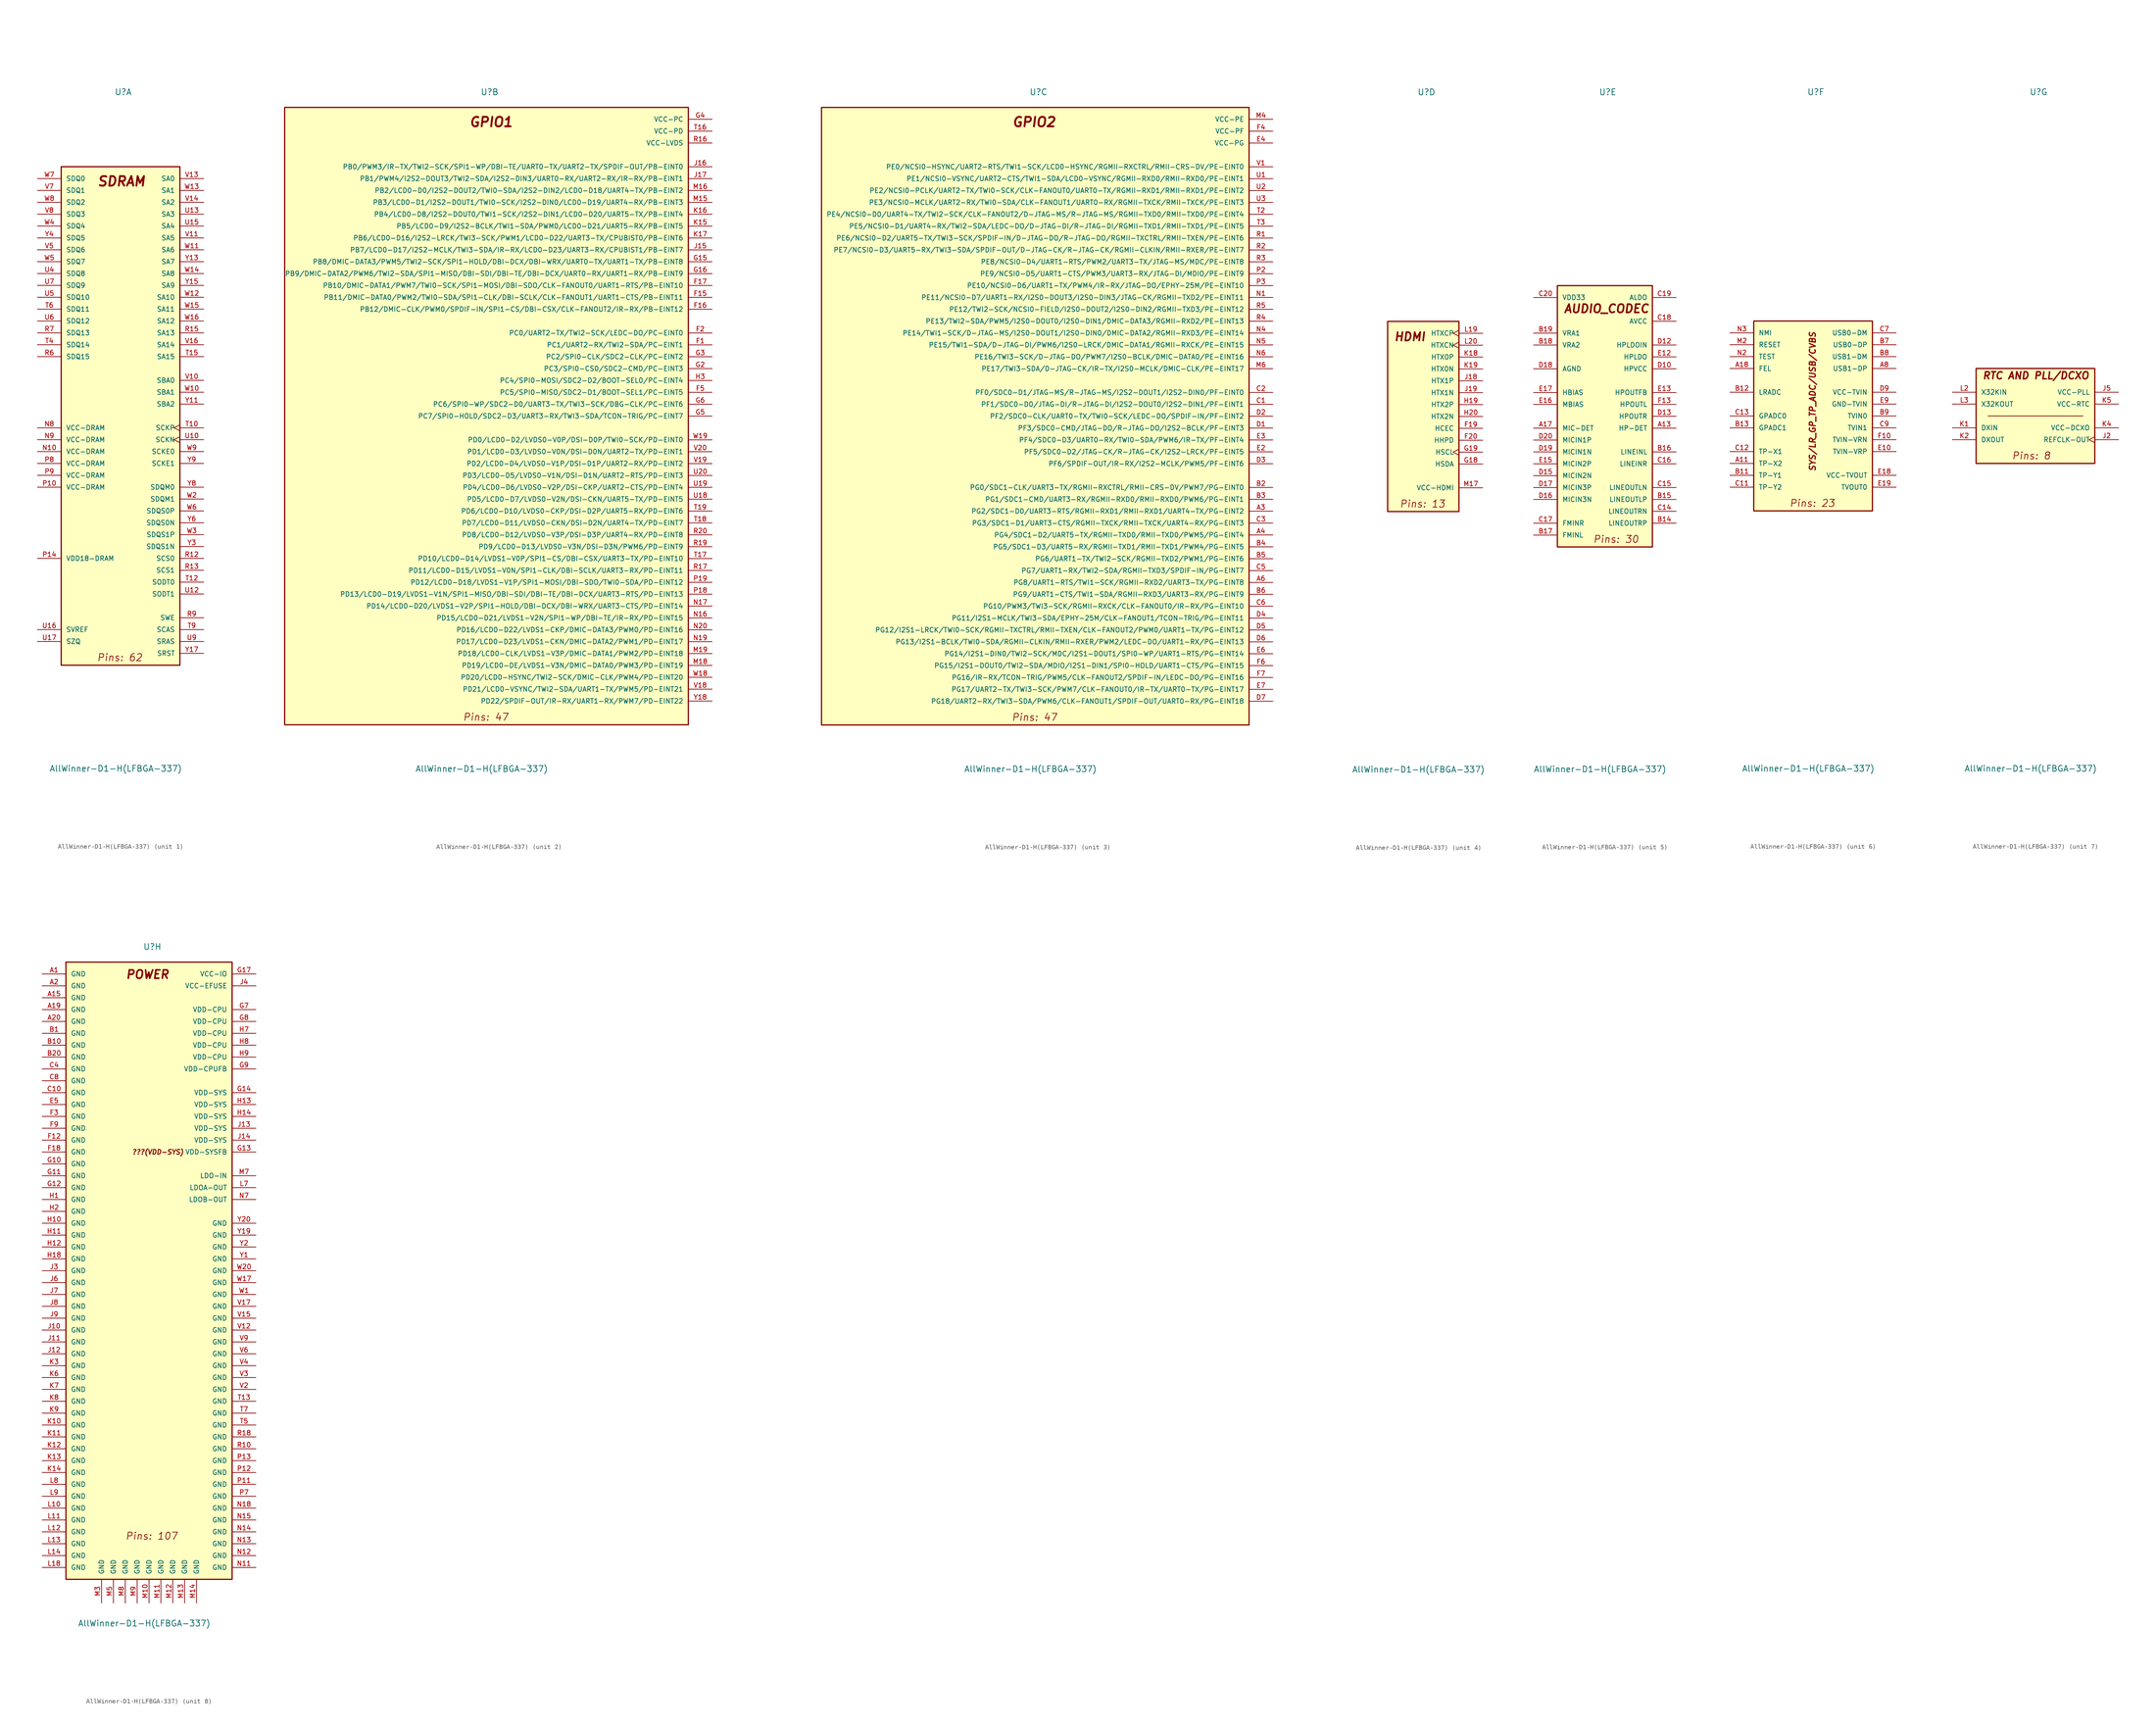
<source format=kicad_sym>
(kicad_symbol_lib
  (version 20220914)
  (generator kicad_symbol_editor)
  (symbol "AllWinner-D1-H(LFBGA-337)"
    (pin_names
      (offset 1.016))
    (property "Reference" "U"
      (at -1.27 68.58 0)
      (effects (font (size 1.27 1.27)) (justify left bottom)))
    (property "Value" "AllWinner-D1-H(LFBGA-337)"
      (at -15.24 -76.2 0)
      (effects (font (size 1.27 1.27)) (justify left bottom)))
    (property "ki_locked" ""
      (at 0 0 0)
      (effects (font (size 1.27 1.27))))
    (symbol "AllWinner-D1-H(LFBGA-337)_1_0"
      (rectangle (start -12.7 -53.34) (end 12.7 53.34) (stroke (width 0.254) (type solid)) (fill (type background)))
      (text "Pins: 62" (at -5.08 -52.578 0) (effects (font (size 1.524 1.524) italic) (justify left bottom)))
      (text "SDRAM" (at -5.08 49.022 0) (effects (font (size 2.032 2.032) bold italic) (justify left bottom)))
      (pin power_in line (at -17.78 -7.62 0) (length 5.08) (name "VCC-DRAM" (effects (font (size 1.016 1.016)))) (number "N10" (effects (font (size 1.016 1.016)))))
      (pin power_in line (at -17.78 -2.54 0) (length 5.08) (name "VCC-DRAM" (effects (font (size 1.016 1.016)))) (number "N8" (effects (font (size 1.016 1.016)))))
      (pin power_in line (at -17.78 -5.08 0) (length 5.08) (name "VCC-DRAM" (effects (font (size 1.016 1.016)))) (number "N9" (effects (font (size 1.016 1.016)))))
      (pin power_in line (at -17.78 -15.24 0) (length 5.08) (name "VCC-DRAM" (effects (font (size 1.016 1.016)))) (number "P10" (effects (font (size 1.016 1.016)))))
      (pin power_in line (at -17.78 -30.48 0) (length 5.08) (name "VDD18-DRAM" (effects (font (size 1.016 1.016)))) (number "P14" (effects (font (size 1.016 1.016)))))
      (pin power_in line (at -17.78 -10.16 0) (length 5.08) (name "VCC-DRAM" (effects (font (size 1.016 1.016)))) (number "P8" (effects (font (size 1.016 1.016)))))
      (pin power_in line (at -17.78 -12.7 0) (length 5.08) (name "VCC-DRAM" (effects (font (size 1.016 1.016)))) (number "P9" (effects (font (size 1.016 1.016)))))
      (pin output line (at 17.78 -30.48 180) (length 5.08) (name "SCS0" (effects (font (size 1.016 1.016)))) (number "R12" (effects (font (size 1.016 1.016)))))
      (pin output line (at 17.78 -33.02 180) (length 5.08) (name "SCS1" (effects (font (size 1.016 1.016)))) (number "R13" (effects (font (size 1.016 1.016)))))
      (pin output line (at 17.78 17.78 180) (length 5.08) (name "SA13" (effects (font (size 1.016 1.016)))) (number "R15" (effects (font (size 1.016 1.016)))))
      (pin bidirectional line (at -17.78 12.7 0) (length 5.08) (name "SDQ15" (effects (font (size 1.016 1.016)))) (number "R6" (effects (font (size 1.016 1.016)))))
      (pin bidirectional line (at -17.78 17.78 0) (length 5.08) (name "SDQ13" (effects (font (size 1.016 1.016)))) (number "R7" (effects (font (size 1.016 1.016)))))
      (pin output line (at 17.78 -43.18 180) (length 5.08) (name "SWE" (effects (font (size 1.016 1.016)))) (number "R9" (effects (font (size 1.016 1.016)))))
      (pin output clock (at 17.78 -2.54 180) (length 5.08) (name "SCKP" (effects (font (size 1.016 1.016)))) (number "T10" (effects (font (size 1.016 1.016)))))
      (pin output line (at 17.78 -35.56 180) (length 5.08) (name "SODT0" (effects (font (size 1.016 1.016)))) (number "T12" (effects (font (size 1.016 1.016)))))
      (pin output line (at 17.78 12.7 180) (length 5.08) (name "SA15" (effects (font (size 1.016 1.016)))) (number "T15" (effects (font (size 1.016 1.016)))))
      (pin bidirectional line (at -17.78 15.24 0) (length 5.08) (name "SDQ14" (effects (font (size 1.016 1.016)))) (number "T4" (effects (font (size 1.016 1.016)))))
      (pin bidirectional line (at -17.78 22.86 0) (length 5.08) (name "SDQ11" (effects (font (size 1.016 1.016)))) (number "T6" (effects (font (size 1.016 1.016)))))
      (pin output line (at 17.78 -45.72 180) (length 5.08) (name "SCAS" (effects (font (size 1.016 1.016)))) (number "T9" (effects (font (size 1.016 1.016)))))
      (pin output clock (at 17.78 -5.08 180) (length 5.08) (name "SCKN" (effects (font (size 1.016 1.016)))) (number "U10" (effects (font (size 1.016 1.016)))))
      (pin output line (at 17.78 -38.1 180) (length 5.08) (name "SODT1" (effects (font (size 1.016 1.016)))) (number "U12" (effects (font (size 1.016 1.016)))))
      (pin output line (at 17.78 43.18 180) (length 5.08) (name "SA3" (effects (font (size 1.016 1.016)))) (number "U13" (effects (font (size 1.016 1.016)))))
      (pin output line (at 17.78 40.64 180) (length 5.08) (name "SA4" (effects (font (size 1.016 1.016)))) (number "U15" (effects (font (size 1.016 1.016)))))
      (pin power_in line (at -17.78 -45.72 0) (length 5.08) (name "SVREF" (effects (font (size 1.016 1.016)))) (number "U16" (effects (font (size 1.016 1.016)))))
      (pin input line (at -17.78 -48.26 0) (length 5.08) (name "SZQ" (effects (font (size 1.016 1.016)))) (number "U17" (effects (font (size 1.016 1.016)))))
      (pin bidirectional line (at -17.78 30.48 0) (length 5.08) (name "SDQ8" (effects (font (size 1.016 1.016)))) (number "U4" (effects (font (size 1.016 1.016)))))
      (pin bidirectional line (at -17.78 25.4 0) (length 5.08) (name "SDQ10" (effects (font (size 1.016 1.016)))) (number "U5" (effects (font (size 1.016 1.016)))))
      (pin bidirectional line (at -17.78 20.32 0) (length 5.08) (name "SDQ12" (effects (font (size 1.016 1.016)))) (number "U6" (effects (font (size 1.016 1.016)))))
      (pin bidirectional line (at -17.78 27.94 0) (length 5.08) (name "SDQ9" (effects (font (size 1.016 1.016)))) (number "U7" (effects (font (size 1.016 1.016)))))
      (pin output line (at 17.78 -48.26 180) (length 5.08) (name "SRAS" (effects (font (size 1.016 1.016)))) (number "U9" (effects (font (size 1.016 1.016)))))
      (pin output line (at 17.78 7.62 180) (length 5.08) (name "SBA0" (effects (font (size 1.016 1.016)))) (number "V10" (effects (font (size 1.016 1.016)))))
      (pin output line (at 17.78 38.1 180) (length 5.08) (name "SA5" (effects (font (size 1.016 1.016)))) (number "V11" (effects (font (size 1.016 1.016)))))
      (pin output line (at 17.78 50.8 180) (length 5.08) (name "SA0" (effects (font (size 1.016 1.016)))) (number "V13" (effects (font (size 1.016 1.016)))))
      (pin output line (at 17.78 45.72 180) (length 5.08) (name "SA2" (effects (font (size 1.016 1.016)))) (number "V14" (effects (font (size 1.016 1.016)))))
      (pin output line (at 17.78 15.24 180) (length 5.08) (name "SA14" (effects (font (size 1.016 1.016)))) (number "V16" (effects (font (size 1.016 1.016)))))
      (pin bidirectional line (at -17.78 35.56 0) (length 5.08) (name "SDQ6" (effects (font (size 1.016 1.016)))) (number "V5" (effects (font (size 1.016 1.016)))))
      (pin bidirectional line (at -17.78 48.26 0) (length 5.08) (name "SDQ1" (effects (font (size 1.016 1.016)))) (number "V7" (effects (font (size 1.016 1.016)))))
      (pin bidirectional line (at -17.78 43.18 0) (length 5.08) (name "SDQ3" (effects (font (size 1.016 1.016)))) (number "V8" (effects (font (size 1.016 1.016)))))
      (pin output line (at 17.78 5.08 180) (length 5.08) (name "SBA1" (effects (font (size 1.016 1.016)))) (number "W10" (effects (font (size 1.016 1.016)))))
      (pin output line (at 17.78 35.56 180) (length 5.08) (name "SA6" (effects (font (size 1.016 1.016)))) (number "W11" (effects (font (size 1.016 1.016)))))
      (pin output line (at 17.78 25.4 180) (length 5.08) (name "SA10" (effects (font (size 1.016 1.016)))) (number "W12" (effects (font (size 1.016 1.016)))))
      (pin output line (at 17.78 48.26 180) (length 5.08) (name "SA1" (effects (font (size 1.016 1.016)))) (number "W13" (effects (font (size 1.016 1.016)))))
      (pin output line (at 17.78 30.48 180) (length 5.08) (name "SA8" (effects (font (size 1.016 1.016)))) (number "W14" (effects (font (size 1.016 1.016)))))
      (pin output line (at 17.78 22.86 180) (length 5.08) (name "SA11" (effects (font (size 1.016 1.016)))) (number "W15" (effects (font (size 1.016 1.016)))))
      (pin output line (at 17.78 20.32 180) (length 5.08) (name "SA12" (effects (font (size 1.016 1.016)))) (number "W16" (effects (font (size 1.016 1.016)))))
      (pin output line (at 17.78 -17.78 180) (length 5.08) (name "SDQM1" (effects (font (size 1.016 1.016)))) (number "W2" (effects (font (size 1.016 1.016)))))
      (pin bidirectional line (at 17.78 -25.4 180) (length 5.08) (name "SDQS1P" (effects (font (size 1.016 1.016)))) (number "W3" (effects (font (size 1.016 1.016)))))
      (pin bidirectional line (at -17.78 40.64 0) (length 5.08) (name "SDQ4" (effects (font (size 1.016 1.016)))) (number "W4" (effects (font (size 1.016 1.016)))))
      (pin bidirectional line (at -17.78 33.02 0) (length 5.08) (name "SDQ7" (effects (font (size 1.016 1.016)))) (number "W5" (effects (font (size 1.016 1.016)))))
      (pin bidirectional line (at 17.78 -20.32 180) (length 5.08) (name "SDQS0P" (effects (font (size 1.016 1.016)))) (number "W6" (effects (font (size 1.016 1.016)))))
      (pin bidirectional line (at -17.78 50.8 0) (length 5.08) (name "SDQ0" (effects (font (size 1.016 1.016)))) (number "W7" (effects (font (size 1.016 1.016)))))
      (pin bidirectional line (at -17.78 45.72 0) (length 5.08) (name "SDQ2" (effects (font (size 1.016 1.016)))) (number "W8" (effects (font (size 1.016 1.016)))))
      (pin output line (at 17.78 -7.62 180) (length 5.08) (name "SCKE0" (effects (font (size 1.016 1.016)))) (number "W9" (effects (font (size 1.016 1.016)))))
      (pin output line (at 17.78 2.54 180) (length 5.08) (name "SBA2" (effects (font (size 1.016 1.016)))) (number "Y11" (effects (font (size 1.016 1.016)))))
      (pin output line (at 17.78 33.02 180) (length 5.08) (name "SA7" (effects (font (size 1.016 1.016)))) (number "Y13" (effects (font (size 1.016 1.016)))))
      (pin output line (at 17.78 27.94 180) (length 5.08) (name "SA9" (effects (font (size 1.016 1.016)))) (number "Y15" (effects (font (size 1.016 1.016)))))
      (pin output line (at 17.78 -50.8 180) (length 5.08) (name "SRST" (effects (font (size 1.016 1.016)))) (number "Y17" (effects (font (size 1.016 1.016)))))
      (pin bidirectional line (at 17.78 -27.94 180) (length 5.08) (name "SDQS1N" (effects (font (size 1.016 1.016)))) (number "Y3" (effects (font (size 1.016 1.016)))))
      (pin bidirectional line (at -17.78 38.1 0) (length 5.08) (name "SDQ5" (effects (font (size 1.016 1.016)))) (number "Y4" (effects (font (size 1.016 1.016)))))
      (pin bidirectional line (at 17.78 -22.86 180) (length 5.08) (name "SDQS0N" (effects (font (size 1.016 1.016)))) (number "Y6" (effects (font (size 1.016 1.016)))))
      (pin output line (at 17.78 -15.24 180) (length 5.08) (name "SDQM0" (effects (font (size 1.016 1.016)))) (number "Y8" (effects (font (size 1.016 1.016)))))
      (pin output line (at 17.78 -10.16 180) (length 5.08) (name "SCKE1" (effects (font (size 1.016 1.016)))) (number "Y9" (effects (font (size 1.016 1.016))))))
    (symbol "AllWinner-D1-H(LFBGA-337)_2_0"
      (rectangle (start -43.18 -66.04) (end 43.18 66.04) (stroke (width 0.254) (type solid)) (fill (type background)))
      (text "GPIO1" (at -3.81 61.722 0) (effects (font (size 2.032 2.032) bold italic) (justify left bottom)))
      (pin bidirectional line (at 48.26 15.24 180) (length 5.08) (name "PC1/UART2-RX/TWI2-SDA/PC-EINT1" (effects (font (size 1.016 1.016)))) (number "F1" (effects (font (size 1.016 1.016)))))
      (pin bidirectional line (at 48.26 25.4 180) (length 5.08) (name "PB11/DMIC-DATA0/PWM2/TWI0-SDA/SPI1-CLK/DBI-SCLK/CLK-FANOUT1/UART1-CTS/PB-EINT11" (effects (font (size 1.016 1.016)))) (number "F15" (effects (font (size 1.016 1.016)))))
      (pin bidirectional line (at 48.26 22.86 180) (length 5.08) (name "PB12/DMIC-CLK/PWM0/SPDIF-IN/SPI1-CS/DBI-CSX/CLK-FANOUT2/IR-RX/PB-EINT12" (effects (font (size 1.016 1.016)))) (number "F16" (effects (font (size 1.016 1.016)))))
      (pin bidirectional line (at 48.26 27.94 180) (length 5.08) (name "PB10/DMIC-DATA1/PWM7/TWI0-SCK/SPI1-MOSI/DBI-SDO/CLK-FANOUT0/UART1-RTS/PB-EINT10" (effects (font (size 1.016 1.016)))) (number "F17" (effects (font (size 1.016 1.016)))))
      (pin bidirectional line (at 48.26 17.78 180) (length 5.08) (name "PC0/UART2-TX/TWI2-SCK/LEDC-DO/PC-EINT0" (effects (font (size 1.016 1.016)))) (number "F2" (effects (font (size 1.016 1.016)))))
      (pin bidirectional line (at 48.26 5.08 180) (length 5.08) (name "PC5/SPI0-MISO/SDC2-D1/BOOT-SEL1/PC-EINT5" (effects (font (size 1.016 1.016)))) (number "F5" (effects (font (size 1.016 1.016)))))
      (pin bidirectional line (at 48.26 33.02 180) (length 5.08) (name "PB8/DMIC-DATA3/PWM5/TWI2-SCK/SPI1-HOLD/DBI-DCX/DBI-WRX/UART0-TX/UART1-TX/PB-EINT8" (effects (font (size 1.016 1.016)))) (number "G15" (effects (font (size 1.016 1.016)))))
      (pin bidirectional line (at 48.26 30.48 180) (length 5.08) (name "PB9/DMIC-DATA2/PWM6/TWI2-SDA/SPI1-MISO/DBI-SDI/DBI-TE/DBI-DCX/UART0-RX/UART1-RX/PB-EINT9" (effects (font (size 1.016 1.016)))) (number "G16" (effects (font (size 1.016 1.016)))))
      (pin bidirectional line (at 48.26 10.16 180) (length 5.08) (name "PC3/SPI0-CS0/SDC2-CMD/PC-EINT3" (effects (font (size 1.016 1.016)))) (number "G2" (effects (font (size 1.016 1.016)))))
      (pin bidirectional line (at 48.26 12.7 180) (length 5.08) (name "PC2/SPI0-CLK/SDC2-CLK/PC-EINT2" (effects (font (size 1.016 1.016)))) (number "G3" (effects (font (size 1.016 1.016)))))
      (pin power_in line (at 48.26 63.5 180) (length 5.08) (name "VCC-PC" (effects (font (size 1.016 1.016)))) (number "G4" (effects (font (size 1.016 1.016)))))
      (pin bidirectional line (at 48.26 0 180) (length 5.08) (name "PC7/SPI0-HOLD/SDC2-D3/UART3-RX/TWI3-SDA/TCON-TRIG/PC-EINT7" (effects (font (size 1.016 1.016)))) (number "G5" (effects (font (size 1.016 1.016)))))
      (pin bidirectional line (at 48.26 2.54 180) (length 5.08) (name "PC6/SPI0-WP/SDC2-D0/UART3-TX/TWI3-SCK/DBG-CLK/PC-EINT6" (effects (font (size 1.016 1.016)))) (number "G6" (effects (font (size 1.016 1.016)))))
      (pin bidirectional line (at 48.26 7.62 180) (length 5.08) (name "PC4/SPI0-MOSI/SDC2-D2/BOOT-SEL0/PC-EINT4" (effects (font (size 1.016 1.016)))) (number "H3" (effects (font (size 1.016 1.016)))))
      (pin bidirectional line (at 48.26 35.56 180) (length 5.08) (name "PB7/LCD0-D17/I2S2-MCLK/TWI3-SDA/IR-RX/LCD0-D23/UART3-RX/CPUBIST1/PB-EINT7" (effects (font (size 1.016 1.016)))) (number "J15" (effects (font (size 1.016 1.016)))))
      (pin bidirectional line (at 48.26 53.34 180) (length 5.08) (name "PB0/PWM3/IR-TX/TWI2-SCK/SPI1-WP/DBI-TE/UART0-TX/UART2-TX/SPDIF-OUT/PB-EINT0" (effects (font (size 1.016 1.016)))) (number "J16" (effects (font (size 1.016 1.016)))))
      (pin bidirectional line (at 48.26 50.8 180) (length 5.08) (name "PB1/PWM4/I2S2-DOUT3/TWI2-SDA/I2S2-DIN3/UART0-RX/UART2-RX/IR-RX/PB-EINT1" (effects (font (size 1.016 1.016)))) (number "J17" (effects (font (size 1.016 1.016)))))
      (pin bidirectional line (at 48.26 40.64 180) (length 5.08) (name "PB5/LCD0-D9/I2S2-BCLK/TWI1-SDA/PWM0/LCD0-D21/UART5-RX/PB-EINT5" (effects (font (size 1.016 1.016)))) (number "K15" (effects (font (size 1.016 1.016)))))
      (pin bidirectional line (at 48.26 43.18 180) (length 5.08) (name "PB4/LCD0-D8/I2S2-DOUT0/TWI1-SCK/I2S2-DIN1/LCD0-D20/UART5-TX/PB-EINT4" (effects (font (size 1.016 1.016)))) (number "K16" (effects (font (size 1.016 1.016)))))
      (pin bidirectional line (at 48.26 38.1 180) (length 5.08) (name "PB6/LCD0-D16/I2S2-LRCK/TWI3-SCK/PWM1/LCD0-D22/UART3-TX/CPUBIST0/PB-EINT6" (effects (font (size 1.016 1.016)))) (number "K17" (effects (font (size 1.016 1.016)))))
      (pin bidirectional line (at 48.26 45.72 180) (length 5.08) (name "PB3/LCD0-D1/I2S2-DOUT1/TWI0-SCK/I2S2-DIN0/LCD0-D19/UART4-RX/PB-EINT3" (effects (font (size 1.016 1.016)))) (number "M15" (effects (font (size 1.016 1.016)))))
      (pin bidirectional line (at 48.26 48.26 180) (length 5.08) (name "PB2/LCD0-D0/I2S2-DOUT2/TWI0-SDA/I2S2-DIN2/LCD0-D18/UART4-TX/PB-EINT2" (effects (font (size 1.016 1.016)))) (number "M16" (effects (font (size 1.016 1.016)))))
      (pin bidirectional line (at 48.26 -53.34 180) (length 5.08) (name "PD19/LCD0-DE/LVDS1-V3N/DMIC-DATA0/PWM3/PD-EINT19" (effects (font (size 1.016 1.016)))) (number "M18" (effects (font (size 1.016 1.016)))))
      (pin bidirectional line (at 48.26 -50.8 180) (length 5.08) (name "PD18/LCD0-CLK/LVDS1-V3P/DMIC-DATA1/PWM2/PD-EINT18" (effects (font (size 1.016 1.016)))) (number "M19" (effects (font (size 1.016 1.016)))))
      (pin bidirectional line (at 48.26 -43.18 180) (length 5.08) (name "PD15/LCD0-D21/LVDS1-V2N/SPI1-WP/DBI-TE/IR-RX/PD-EINT15" (effects (font (size 1.016 1.016)))) (number "N16" (effects (font (size 1.016 1.016)))))
      (pin bidirectional line (at 48.26 -40.64 180) (length 5.08) (name "PD14/LCD0-D20/LVDS1-V2P/SPI1-HOLD/DBI-DCX/DBI-WRX/UART3-CTS/PD-EINT14" (effects (font (size 1.016 1.016)))) (number "N17" (effects (font (size 1.016 1.016)))))
      (pin bidirectional line (at 48.26 -48.26 180) (length 5.08) (name "PD17/LCD0-D23/LVDS1-CKN/DMIC-DATA2/PWM1/PD-EINT17" (effects (font (size 1.016 1.016)))) (number "N19" (effects (font (size 1.016 1.016)))))
      (pin bidirectional line (at 48.26 -45.72 180) (length 5.08) (name "PD16/LCD0-D22/LVDS1-CKP/DMIC-DATA3/PWM0/PD-EINT16" (effects (font (size 1.016 1.016)))) (number "N20" (effects (font (size 1.016 1.016)))))
      (pin bidirectional line (at 48.26 -38.1 180) (length 5.08) (name "PD13/LCD0-D19/LVDS1-V1N/SPI1-MISO/DBI-SDI/DBI-TE/DBI-DCX/UART3-RTS/PD-EINT13" (effects (font (size 1.016 1.016)))) (number "P18" (effects (font (size 1.016 1.016)))))
      (pin bidirectional line (at 48.26 -35.56 180) (length 5.08) (name "PD12/LCD0-D18/LVDS1-V1P/SPI1-MOSI/DBI-SDO/TWI0-SDA/PD-EINT12" (effects (font (size 1.016 1.016)))) (number "P19" (effects (font (size 1.016 1.016)))))
      (pin power_in line (at 48.26 58.42 180) (length 5.08) (name "VCC-LVDS" (effects (font (size 1.016 1.016)))) (number "R16" (effects (font (size 1.016 1.016)))))
      (pin bidirectional line (at 48.26 -33.02 180) (length 5.08) (name "PD11/LCD0-D15/LVDS1-V0N/SPI1-CLK/DBI-SCLK/UART3-RX/PD-EINT11" (effects (font (size 1.016 1.016)))) (number "R17" (effects (font (size 1.016 1.016)))))
      (pin bidirectional line (at 48.26 -27.94 180) (length 5.08) (name "PD9/LCD0-D13/LVDS0-V3N/DSI-D3N/PWM6/PD-EINT9" (effects (font (size 1.016 1.016)))) (number "R19" (effects (font (size 1.016 1.016)))))
      (pin bidirectional line (at 48.26 -25.4 180) (length 5.08) (name "PD8/LCD0-D12/LVDS0-V3P/DSI-D3P/UART4-RX/PD-EINT8" (effects (font (size 1.016 1.016)))) (number "R20" (effects (font (size 1.016 1.016)))))
      (pin power_in line (at 48.26 60.96 180) (length 5.08) (name "VCC-PD" (effects (font (size 1.016 1.016)))) (number "T16" (effects (font (size 1.016 1.016)))))
      (pin bidirectional line (at 48.26 -30.48 180) (length 5.08) (name "PD10/LCD0-D14/LVDS1-V0P/SPI1-CS/DBI-CSX/UART3-TX/PD-EINT10" (effects (font (size 1.016 1.016)))) (number "T17" (effects (font (size 1.016 1.016)))))
      (pin bidirectional line (at 48.26 -22.86 180) (length 5.08) (name "PD7/LCD0-D11/LVDS0-CKN/DSI-D2N/UART4-TX/PD-EINT7" (effects (font (size 1.016 1.016)))) (number "T18" (effects (font (size 1.016 1.016)))))
      (pin bidirectional line (at 48.26 -20.32 180) (length 5.08) (name "PD6/LCD0-D10/LVDS0-CKP/DSI-D2P/UART5-RX/PD-EINT6" (effects (font (size 1.016 1.016)))) (number "T19" (effects (font (size 1.016 1.016)))))
      (pin bidirectional line (at 48.26 -17.78 180) (length 5.08) (name "PD5/LCD0-D7/LVDS0-V2N/DSI-CKN/UART5-TX/PD-EINT5" (effects (font (size 1.016 1.016)))) (number "U18" (effects (font (size 1.016 1.016)))))
      (pin bidirectional line (at 48.26 -15.24 180) (length 5.08) (name "PD4/LCD0-D6/LVDS0-V2P/DSI-CKP/UART2-CTS/PD-EINT4" (effects (font (size 1.016 1.016)))) (number "U19" (effects (font (size 1.016 1.016)))))
      (pin bidirectional line (at 48.26 -12.7 180) (length 5.08) (name "PD3/LCD0-D5/LVDS0-V1N/DSI-D1N/UART2-RTS/PD-EINT3" (effects (font (size 1.016 1.016)))) (number "U20" (effects (font (size 1.016 1.016)))))
      (pin bidirectional line (at 48.26 -58.42 180) (length 5.08) (name "PD21/LCD0-VSYNC/TWI2-SDA/UART1-TX/PWM5/PD-EINT21" (effects (font (size 1.016 1.016)))) (number "V18" (effects (font (size 1.016 1.016)))))
      (pin bidirectional line (at 48.26 -10.16 180) (length 5.08) (name "PD2/LCD0-D4/LVDS0-V1P/DSI-D1P/UART2-RX/PD-EINT2" (effects (font (size 1.016 1.016)))) (number "V19" (effects (font (size 1.016 1.016)))))
      (pin bidirectional line (at 48.26 -7.62 180) (length 5.08) (name "PD1/LCD0-D3/LVDS0-V0N/DSI-D0N/UART2-TX/PD-EINT1" (effects (font (size 1.016 1.016)))) (number "V20" (effects (font (size 1.016 1.016)))))
      (pin bidirectional line (at 48.26 -55.88 180) (length 5.08) (name "PD20/LCD0-HSYNC/TWI2-SCK/DMIC-CLK/PWM4/PD-EINT20" (effects (font (size 1.016 1.016)))) (number "W18" (effects (font (size 1.016 1.016)))))
      (pin bidirectional line (at 48.26 -5.08 180) (length 5.08) (name "PD0/LCD0-D2/LVDS0-V0P/DSI-D0P/TWI0-SCK/PD-EINT0" (effects (font (size 1.016 1.016)))) (number "W19" (effects (font (size 1.016 1.016)))))
      (pin bidirectional line (at 48.26 -60.96 180) (length 5.08) (name "PD22/SPDIF-OUT/IR-RX/UART1-RX/PWM7/PD-EINT22" (effects (font (size 1.016 1.016)))) (number "Y18" (effects (font (size 1.016 1.016))))))
    (symbol "AllWinner-D1-H(LFBGA-337)_2_1"
      (text "Pins: 47" (at -5.08 -65.278 0) (effects (font (size 1.524 1.524) italic) (justify left bottom))))
    (symbol "AllWinner-D1-H(LFBGA-337)_3_1"
      (rectangle (start -45.72 -66.04) (end 45.72 66.04) (stroke (width 0.254) (type solid)) (fill (type background)))
      (text "GPIO2" (at -5.08 61.722 0) (effects (font (size 2.032 2.032) bold italic) (justify left bottom)))
      (text "Pins: 47" (at -5.08 -65.278 0) (effects (font (size 1.524 1.524) italic) (justify left bottom)))
      (pin bidirectional line (at 50.8 -20.32 180) (length 5.08) (name "PG2/SDC1-D0/UART3-RTS/RGMII-RXD1/RMII-RXD1/UART4-TX/PG-EINT2" (effects (font (size 1.016 1.016)))) (number "A3" (effects (font (size 1.016 1.016)))))
      (pin bidirectional line (at 50.8 -25.4 180) (length 5.08) (name "PG4/SDC1-D2/UART5-TX/RGMII-TXD0/RMII-TXD0/PWM5/PG-EINT4" (effects (font (size 1.016 1.016)))) (number "A4" (effects (font (size 1.016 1.016)))))
      (pin bidirectional line (at 50.8 -35.56 180) (length 5.08) (name "PG8/UART1-RTS/TWI1-SCK/RGMII-RXD2/UART3-TX/PG-EINT8" (effects (font (size 1.016 1.016)))) (number "A6" (effects (font (size 1.016 1.016)))))
      (pin bidirectional line (at 50.8 -15.24 180) (length 5.08) (name "PG0/SDC1-CLK/UART3-TX/RGMII-RXCTRL/RMII-CRS-DV/PWM7/PG-EINT0" (effects (font (size 1.016 1.016)))) (number "B2" (effects (font (size 1.016 1.016)))))
      (pin bidirectional line (at 50.8 -17.78 180) (length 5.08) (name "PG1/SDC1-CMD/UART3-RX/RGMII-RXD0/RMII-RXD0/PWM6/PG-EINT1" (effects (font (size 1.016 1.016)))) (number "B3" (effects (font (size 1.016 1.016)))))
      (pin bidirectional line (at 50.8 -27.94 180) (length 5.08) (name "PG5/SDC1-D3/UART5-RX/RGMII-TXD1/RMII-TXD1/PWM4/PG-EINT5" (effects (font (size 1.016 1.016)))) (number "B4" (effects (font (size 1.016 1.016)))))
      (pin bidirectional line (at 50.8 -30.48 180) (length 5.08) (name "PG6/UART1-TX/TWI2-SCK/RGMII-TXD2/PWM1/PG-EINT6" (effects (font (size 1.016 1.016)))) (number "B5" (effects (font (size 1.016 1.016)))))
      (pin bidirectional line (at 50.8 -38.1 180) (length 5.08) (name "PG9/UART1-CTS/TWI1-SDA/RGMII-RXD3/UART3-RX/PG-EINT9" (effects (font (size 1.016 1.016)))) (number "B6" (effects (font (size 1.016 1.016)))))
      (pin bidirectional line (at 50.8 2.54 180) (length 5.08) (name "PF1/SDC0-D0/JTAG-DI/R-JTAG-DI/I2S2-DOUT0/I2S2-DIN1/PF-EINT1" (effects (font (size 1.016 1.016)))) (number "C1" (effects (font (size 1.016 1.016)))))
      (pin bidirectional line (at 50.8 5.08 180) (length 5.08) (name "PF0/SDC0-D1/JTAG-MS/R-JTAG-MS/I2S2-DOUT1/I2S2-DIN0/PF-EINT0" (effects (font (size 1.016 1.016)))) (number "C2" (effects (font (size 1.016 1.016)))))
      (pin bidirectional line (at 50.8 -22.86 180) (length 5.08) (name "PG3/SDC1-D1/UART3-CTS/RGMII-TXCK/RMII-TXCK/UART4-RX/PG-EINT3" (effects (font (size 1.016 1.016)))) (number "C3" (effects (font (size 1.016 1.016)))))
      (pin bidirectional line (at 50.8 -33.02 180) (length 5.08) (name "PG7/UART1-RX/TWI2-SDA/RGMII-TXD3/SPDIF-IN/PG-EINT7" (effects (font (size 1.016 1.016)))) (number "C5" (effects (font (size 1.016 1.016)))))
      (pin bidirectional line (at 50.8 -40.64 180) (length 5.08) (name "PG10/PWM3/TWI3-SCK/RGMII-RXCK/CLK-FANOUT0/IR-RX/PG-EINT10" (effects (font (size 1.016 1.016)))) (number "C6" (effects (font (size 1.016 1.016)))))
      (pin bidirectional line (at 50.8 -2.54 180) (length 5.08) (name "PF3/SDC0-CMD/JTAG-DO/R-JTAG-DO/I2S2-BCLK/PF-EINT3" (effects (font (size 1.016 1.016)))) (number "D1" (effects (font (size 1.016 1.016)))))
      (pin bidirectional line (at 50.8 0 180) (length 5.08) (name "PF2/SDC0-CLK/UART0-TX/TWI0-SCK/LEDC-DO/SPDIF-IN/PF-EINT2" (effects (font (size 1.016 1.016)))) (number "D2" (effects (font (size 1.016 1.016)))))
      (pin bidirectional line (at 50.8 -10.16 180) (length 5.08) (name "PF6/SPDIF-OUT/IR-RX/I2S2-MCLK/PWM5/PF-EINT6" (effects (font (size 1.016 1.016)))) (number "D3" (effects (font (size 1.016 1.016)))))
      (pin bidirectional line (at 50.8 -43.18 180) (length 5.08) (name "PG11/I2S1-MCLK/TWI3-SDA/EPHY-25M/CLK-FANOUT1/TCON-TRIG/PG-EINT11" (effects (font (size 1.016 1.016)))) (number "D4" (effects (font (size 1.016 1.016)))))
      (pin bidirectional line (at 50.8 -45.72 180) (length 5.08) (name "PG12/I2S1-LRCK/TWI0-SCK/RGMII-TXCTRL/RMII-TXEN/CLK-FANOUT2/PWM0/UART1-TX/PG-EINT12" (effects (font (size 1.016 1.016)))) (number "D5" (effects (font (size 1.016 1.016)))))
      (pin bidirectional line (at 50.8 -48.26 180) (length 5.08) (name "PG13/I2S1-BCLK/TWI0-SDA/RGMII-CLKIN/RMII-RXER/PWM2/LEDC-DO/UART1-RX/PG-EINT13" (effects (font (size 1.016 1.016)))) (number "D6" (effects (font (size 1.016 1.016)))))
      (pin bidirectional line (at 50.8 -60.96 180) (length 5.08) (name "PG18/UART2-RX/TWI3-SDA/PWM6/CLK-FANOUT1/SPDIF-OUT/UART0-RX/PG-EINT18" (effects (font (size 1.016 1.016)))) (number "D7" (effects (font (size 1.016 1.016)))))
      (pin bidirectional line (at 50.8 -7.62 180) (length 5.08) (name "PF5/SDC0-D2/JTAG-CK/R-JTAG-CK/I2S2-LRCK/PF-EINT5" (effects (font (size 1.016 1.016)))) (number "E2" (effects (font (size 1.016 1.016)))))
      (pin bidirectional line (at 50.8 -5.08 180) (length 5.08) (name "PF4/SDC0-D3/UART0-RX/TWI0-SDA/PWM6/IR-TX/PF-EINT4" (effects (font (size 1.016 1.016)))) (number "E3" (effects (font (size 1.016 1.016)))))
      (pin power_in line (at 50.8 58.42 180) (length 5.08) (name "VCC-PG" (effects (font (size 1.016 1.016)))) (number "E4" (effects (font (size 1.016 1.016)))))
      (pin bidirectional line (at 50.8 -50.8 180) (length 5.08) (name "PG14/I2S1-DIN0/TWI2-SCK/MDC/I2S1-DOUT1/SPI0-WP/UART1-RTS/PG-EINT14" (effects (font (size 1.016 1.016)))) (number "E6" (effects (font (size 1.016 1.016)))))
      (pin bidirectional line (at 50.8 -58.42 180) (length 5.08) (name "PG17/UART2-TX/TWI3-SCK/PWM7/CLK-FANOUT0/IR-TX/UART0-TX/PG-EINT17" (effects (font (size 1.016 1.016)))) (number "E7" (effects (font (size 1.016 1.016)))))
      (pin power_in line (at 50.8 60.96 180) (length 5.08) (name "VCC-PF" (effects (font (size 1.016 1.016)))) (number "F4" (effects (font (size 1.016 1.016)))))
      (pin bidirectional line (at 50.8 -53.34 180) (length 5.08) (name "PG15/I2S1-DOUT0/TWI2-SDA/MDIO/I2S1-DIN1/SPI0-HOLD/UART1-CTS/PG-EINT15" (effects (font (size 1.016 1.016)))) (number "F6" (effects (font (size 1.016 1.016)))))
      (pin bidirectional line (at 50.8 -55.88 180) (length 5.08) (name "PG16/IR-RX/TCON-TRIG/PWM5/CLK-FANOUT2/SPDIF-IN/LEDC-DO/PG-EINT16" (effects (font (size 1.016 1.016)))) (number "F7" (effects (font (size 1.016 1.016)))))
      (pin power_in line (at 50.8 63.5 180) (length 5.08) (name "VCC-PE" (effects (font (size 1.016 1.016)))) (number "M4" (effects (font (size 1.016 1.016)))))
      (pin bidirectional line (at 50.8 10.16 180) (length 5.08) (name "PE17/TWI3-SDA/D-JTAG-CK/IR-TX/I2S0-MCLK/DMIC-CLK/PE-EINT17" (effects (font (size 1.016 1.016)))) (number "M6" (effects (font (size 1.016 1.016)))))
      (pin bidirectional line (at 50.8 25.4 180) (length 5.08) (name "PE11/NCSI0-D7/UART1-RX/I2S0-DOUT3/I2S0-DIN3/JTAG-CK/RGMII-TXD2/PE-EINT11" (effects (font (size 1.016 1.016)))) (number "N1" (effects (font (size 1.016 1.016)))))
      (pin bidirectional line (at 50.8 17.78 180) (length 5.08) (name "PE14/TWI1-SCK/D-JTAG-MS/I2S0-DOUT1/I2S0-DIN0/DMIC-DATA2/RGMII-RXD3/PE-EINT14" (effects (font (size 1.016 1.016)))) (number "N4" (effects (font (size 1.016 1.016)))))
      (pin bidirectional line (at 50.8 15.24 180) (length 5.08) (name "PE15/TWI1-SDA/D-JTAG-DI/PWM6/I2S0-LRCK/DMIC-DATA1/RGMII-RXCK/PE-EINT15" (effects (font (size 1.016 1.016)))) (number "N5" (effects (font (size 1.016 1.016)))))
      (pin bidirectional line (at 50.8 12.7 180) (length 5.08) (name "PE16/TWI3-SCK/D-JTAG-DO/PWM7/I2S0-BCLK/DMIC-DATA0/PE-EINT16" (effects (font (size 1.016 1.016)))) (number "N6" (effects (font (size 1.016 1.016)))))
      (pin bidirectional line (at 50.8 30.48 180) (length 5.08) (name "PE9/NCSI0-D5/UART1-CTS/PWM3/UART3-RX/JTAG-DI/MDIO/PE-EINT9" (effects (font (size 1.016 1.016)))) (number "P2" (effects (font (size 1.016 1.016)))))
      (pin bidirectional line (at 50.8 27.94 180) (length 5.08) (name "PE10/NCSI0-D6/UART1-TX/PWM4/IR-RX/JTAG-DO/EPHY-25M/PE-EINT10" (effects (font (size 1.016 1.016)))) (number "P3" (effects (font (size 1.016 1.016)))))
      (pin bidirectional line (at 50.8 38.1 180) (length 5.08) (name "PE6/NCSI0-D2/UART5-TX/TWI3-SCK/SPDIF-IN/D-JTAG-DO/R-JTAG-DO/RGMII-TXCTRL/RMII-TXEN/PE-EINT6" (effects (font (size 1.016 1.016)))) (number "R1" (effects (font (size 1.016 1.016)))))
      (pin bidirectional line (at 50.8 35.56 180) (length 5.08) (name "PE7/NCSI0-D3/UART5-RX/TWI3-SDA/SPDIF-OUT/D-JTAG-CK/R-JTAG-CK/RGMII-CLKIN/RMII-RXER/PE-EINT7" (effects (font (size 1.016 1.016)))) (number "R2" (effects (font (size 1.016 1.016)))))
      (pin bidirectional line (at 50.8 33.02 180) (length 5.08) (name "PE8/NCSI0-D4/UART1-RTS/PWM2/UART3-TX/JTAG-MS/MDC/PE-EINT8" (effects (font (size 1.016 1.016)))) (number "R3" (effects (font (size 1.016 1.016)))))
      (pin bidirectional line (at 50.8 20.32 180) (length 5.08) (name "PE13/TWI2-SDA/PWM5/I2S0-DOUT0/I2S0-DIN1/DMIC-DATA3/RGMII-RXD2/PE-EINT13" (effects (font (size 1.016 1.016)))) (number "R4" (effects (font (size 1.016 1.016)))))
      (pin bidirectional line (at 50.8 22.86 180) (length 5.08) (name "PE12/TWI2-SCK/NCSI0-FIELD/I2S0-DOUT2/I2S0-DIN2/RGMII-TXD3/PE-EINT12" (effects (font (size 1.016 1.016)))) (number "R5" (effects (font (size 1.016 1.016)))))
      (pin bidirectional line (at 50.8 43.18 180) (length 5.08) (name "PE4/NCSI0-D0/UART4-TX/TWI2-SCK/CLK-FANOUT2/D-JTAG-MS/R-JTAG-MS/RGMII-TXD0/RMII-TXD0/PE-EINT4" (effects (font (size 1.016 1.016)))) (number "T2" (effects (font (size 1.016 1.016)))))
      (pin bidirectional line (at 50.8 40.64 180) (length 5.08) (name "PE5/NCSI0-D1/UART4-RX/TWI2-SDA/LEDC-DO/D-JTAG-DI/R-JTAG-DI/RGMII-TXD1/RMII-TXD1/PE-EINT5" (effects (font (size 1.016 1.016)))) (number "T3" (effects (font (size 1.016 1.016)))))
      (pin bidirectional line (at 50.8 50.8 180) (length 5.08) (name "PE1/NCSI0-VSYNC/UART2-CTS/TWI1-SDA/LCD0-VSYNC/RGMII-RXD0/RMII-RXD0/PE-EINT1" (effects (font (size 1.016 1.016)))) (number "U1" (effects (font (size 1.016 1.016)))))
      (pin bidirectional line (at 50.8 48.26 180) (length 5.08) (name "PE2/NCSI0-PCLK/UART2-TX/TWI0-SCK/CLK-FANOUT0/UART0-TX/RGMII-RXD1/RMII-RXD1/PE-EINT2" (effects (font (size 1.016 1.016)))) (number "U2" (effects (font (size 1.016 1.016)))))
      (pin bidirectional line (at 50.8 45.72 180) (length 5.08) (name "PE3/NCSI0-MCLK/UART2-RX/TWI0-SDA/CLK-FANOUT1/UART0-RX/RGMII-TXCK/RMII-TXCK/PE-EINT3" (effects (font (size 1.016 1.016)))) (number "U3" (effects (font (size 1.016 1.016)))))
      (pin bidirectional line (at 50.8 53.34 180) (length 5.08) (name "PE0/NCSI0-HSYNC/UART2-RTS/TWI1-SCK/LCD0-HSYNC/RGMII-RXCTRL/RMII-CRS-DV/PE-EINT0" (effects (font (size 1.016 1.016)))) (number "V1" (effects (font (size 1.016 1.016))))))
    (symbol "AllWinner-D1-H(LFBGA-337)_4_0"
      (rectangle (start -7.62 -20.32) (end 7.62 20.32) (stroke (width 0.254) (type solid)) (fill (type background)))
      (text "HDMI" (at -6.35 16.002 0) (effects (font (size 1.778 1.778) bold italic) (justify left bottom)))
      (pin bidirectional line (at 12.7 -2.54 180) (length 5.08) (name "HCEC" (effects (font (size 1.016 1.016)))) (number "F19" (effects (font (size 1.016 1.016)))))
      (pin bidirectional line (at 12.7 -5.08 180) (length 5.08) (name "HHPD" (effects (font (size 1.016 1.016)))) (number "F20" (effects (font (size 1.016 1.016)))))
      (pin bidirectional line (at 12.7 -10.16 180) (length 5.08) (name "HSDA" (effects (font (size 1.016 1.016)))) (number "G18" (effects (font (size 1.016 1.016)))))
      (pin output clock (at 12.7 -7.62 180) (length 5.08) (name "HSCL" (effects (font (size 1.016 1.016)))) (number "G19" (effects (font (size 1.016 1.016)))))
      (pin output line (at 12.7 2.54 180) (length 5.08) (name "HTX2P" (effects (font (size 1.016 1.016)))) (number "H19" (effects (font (size 1.016 1.016)))))
      (pin output line (at 12.7 0 180) (length 5.08) (name "HTX2N" (effects (font (size 1.016 1.016)))) (number "H20" (effects (font (size 1.016 1.016)))))
      (pin output line (at 12.7 7.62 180) (length 5.08) (name "HTX1P" (effects (font (size 1.016 1.016)))) (number "J18" (effects (font (size 1.016 1.016)))))
      (pin output line (at 12.7 5.08 180) (length 5.08) (name "HTX1N" (effects (font (size 1.016 1.016)))) (number "J19" (effects (font (size 1.016 1.016)))))
      (pin output line (at 12.7 12.7 180) (length 5.08) (name "HTX0P" (effects (font (size 1.016 1.016)))) (number "K18" (effects (font (size 1.016 1.016)))))
      (pin output line (at 12.7 10.16 180) (length 5.08) (name "HTX0N" (effects (font (size 1.016 1.016)))) (number "K19" (effects (font (size 1.016 1.016)))))
      (pin output clock (at 12.7 17.78 180) (length 5.08) (name "HTXCP" (effects (font (size 1.016 1.016)))) (number "L19" (effects (font (size 1.016 1.016)))))
      (pin output clock (at 12.7 15.24 180) (length 5.08) (name "HTXCN" (effects (font (size 1.016 1.016)))) (number "L20" (effects (font (size 1.016 1.016)))))
      (pin power_in line (at 12.7 -15.24 180) (length 5.08) (name "VCC-HDMI" (effects (font (size 1.016 1.016)))) (number "M17" (effects (font (size 1.016 1.016))))))
    (symbol "AllWinner-D1-H(LFBGA-337)_4_1"
      (text "Pins: 13" (at -5.08 -19.558 0) (effects (font (size 1.524 1.524) italic) (justify left bottom))))
    (symbol "AllWinner-D1-H(LFBGA-337)_5_0"
      (rectangle (start -10.16 -27.94) (end 10.16 27.94) (stroke (width 0.254) (type solid)) (fill (type background)))
      (text "AUDIO_CODEC" (at -8.89 21.971 0) (effects (font (size 1.778 1.778) bold italic) (justify left bottom)))
      (pin input line (at 15.24 -2.54 180) (length 5.08) (name "HP-DET" (effects (font (size 1.016 1.016)))) (number "A13" (effects (font (size 1.016 1.016)))))
      (pin input line (at -15.24 -2.54 0) (length 5.08) (name "MIC-DET" (effects (font (size 1.016 1.016)))) (number "A17" (effects (font (size 1.016 1.016)))))
      (pin output line (at 15.24 -22.86 180) (length 5.08) (name "LINEOUTRP" (effects (font (size 1.016 1.016)))) (number "B14" (effects (font (size 1.016 1.016)))))
      (pin output line (at 15.24 -17.78 180) (length 5.08) (name "LINEOUTLP" (effects (font (size 1.016 1.016)))) (number "B15" (effects (font (size 1.016 1.016)))))
      (pin input line (at 15.24 -7.62 180) (length 5.08) (name "LINEINL" (effects (font (size 1.016 1.016)))) (number "B16" (effects (font (size 1.016 1.016)))))
      (pin input line (at -15.24 -25.4 0) (length 5.08) (name "FMINL" (effects (font (size 1.016 1.016)))) (number "B17" (effects (font (size 1.016 1.016)))))
      (pin output line (at -15.24 15.24 0) (length 5.08) (name "VRA2" (effects (font (size 1.016 1.016)))) (number "B18" (effects (font (size 1.016 1.016)))))
      (pin output line (at -15.24 17.78 0) (length 5.08) (name "VRA1" (effects (font (size 1.016 1.016)))) (number "B19" (effects (font (size 1.016 1.016)))))
      (pin output line (at 15.24 -20.32 180) (length 5.08) (name "LINEOUTRN" (effects (font (size 1.016 1.016)))) (number "C14" (effects (font (size 1.016 1.016)))))
      (pin output line (at 15.24 -15.24 180) (length 5.08) (name "LINEOUTLN" (effects (font (size 1.016 1.016)))) (number "C15" (effects (font (size 1.016 1.016)))))
      (pin input line (at 15.24 -10.16 180) (length 5.08) (name "LINEINR" (effects (font (size 1.016 1.016)))) (number "C16" (effects (font (size 1.016 1.016)))))
      (pin input line (at -15.24 -22.86 0) (length 5.08) (name "FMINR" (effects (font (size 1.016 1.016)))) (number "C17" (effects (font (size 1.016 1.016)))))
      (pin power_in line (at 15.24 20.32 180) (length 5.08) (name "AVCC" (effects (font (size 1.016 1.016)))) (number "C18" (effects (font (size 1.016 1.016)))))
      (pin power_out line (at 15.24 25.4 180) (length 5.08) (name "ALDO" (effects (font (size 1.016 1.016)))) (number "C19" (effects (font (size 1.016 1.016)))))
      (pin power_in line (at -15.24 25.4 0) (length 5.08) (name "VDD33" (effects (font (size 1.016 1.016)))) (number "C20" (effects (font (size 1.016 1.016)))))
      (pin power_in line (at 15.24 10.16 180) (length 5.08) (name "HPVCC" (effects (font (size 1.016 1.016)))) (number "D10" (effects (font (size 1.016 1.016)))))
      (pin power_in line (at 15.24 15.24 180) (length 5.08) (name "HPLDOIN" (effects (font (size 1.016 1.016)))) (number "D12" (effects (font (size 1.016 1.016)))))
      (pin output line (at 15.24 0 180) (length 5.08) (name "HPOUTR" (effects (font (size 1.016 1.016)))) (number "D13" (effects (font (size 1.016 1.016)))))
      (pin input line (at -15.24 -12.7 0) (length 5.08) (name "MICIN2N" (effects (font (size 1.016 1.016)))) (number "D15" (effects (font (size 1.016 1.016)))))
      (pin input line (at -15.24 -17.78 0) (length 5.08) (name "MICIN3N" (effects (font (size 1.016 1.016)))) (number "D16" (effects (font (size 1.016 1.016)))))
      (pin input line (at -15.24 -15.24 0) (length 5.08) (name "MICIN3P" (effects (font (size 1.016 1.016)))) (number "D17" (effects (font (size 1.016 1.016)))))
      (pin power_in line (at -15.24 10.16 0) (length 5.08) (name "AGND" (effects (font (size 1.016 1.016)))) (number "D18" (effects (font (size 1.016 1.016)))))
      (pin input line (at -15.24 -7.62 0) (length 5.08) (name "MICIN1N" (effects (font (size 1.016 1.016)))) (number "D19" (effects (font (size 1.016 1.016)))))
      (pin input line (at -15.24 -5.08 0) (length 5.08) (name "MICIN1P" (effects (font (size 1.016 1.016)))) (number "D20" (effects (font (size 1.016 1.016)))))
      (pin power_out line (at 15.24 12.7 180) (length 5.08) (name "HPLDO" (effects (font (size 1.016 1.016)))) (number "E12" (effects (font (size 1.016 1.016)))))
      (pin input line (at 15.24 5.08 180) (length 5.08) (name "HPOUTFB" (effects (font (size 1.016 1.016)))) (number "E13" (effects (font (size 1.016 1.016)))))
      (pin input line (at -15.24 -10.16 0) (length 5.08) (name "MICIN2P" (effects (font (size 1.016 1.016)))) (number "E15" (effects (font (size 1.016 1.016)))))
      (pin output line (at -15.24 2.54 0) (length 5.08) (name "MBIAS" (effects (font (size 1.016 1.016)))) (number "E16" (effects (font (size 1.016 1.016)))))
      (pin output line (at -15.24 5.08 0) (length 5.08) (name "HBIAS" (effects (font (size 1.016 1.016)))) (number "E17" (effects (font (size 1.016 1.016)))))
      (pin output line (at 15.24 2.54 180) (length 5.08) (name "HPOUTL" (effects (font (size 1.016 1.016)))) (number "F13" (effects (font (size 1.016 1.016))))))
    (symbol "AllWinner-D1-H(LFBGA-337)_5_1"
      (text "Pins: 30" (at -2.54 -27.178 0) (effects (font (size 1.524 1.524) italic) (justify left bottom))))
    (symbol "AllWinner-D1-H(LFBGA-337)_6_1"
      (rectangle (start -12.7 -20.32) (end 12.7 20.32) (stroke (width 0.254) (type solid)) (fill (type background)))
      (text "Pins: 23" (at -5.08 -19.558 0) (effects (font (size 1.524 1.524) italic) (justify left bottom)))
      (text "SYS/LR_GP_TP_ADC/USB/CVBS" (at 0.635 -11.938 900) (effects (font (size 1.27 1.27) bold italic) (justify left bottom)))
      (pin input line (at -17.78 -10.16 0) (length 5.08) (name "TP-X2" (effects (font (size 1.016 1.016)))) (number "A11" (effects (font (size 1.016 1.016)))))
      (pin input line (at -17.78 10.16 0) (length 5.08) (name "FEL" (effects (font (size 1.016 1.016)))) (number "A18" (effects (font (size 1.016 1.016)))))
      (pin bidirectional line (at 17.78 10.16 180) (length 5.08) (name "USB1-DP" (effects (font (size 1.016 1.016)))) (number "A8" (effects (font (size 1.016 1.016)))))
      (pin input line (at -17.78 -12.7 0) (length 5.08) (name "TP-Y1" (effects (font (size 1.016 1.016)))) (number "B11" (effects (font (size 1.016 1.016)))))
      (pin input line (at -17.78 5.08 0) (length 5.08) (name "LRADC" (effects (font (size 1.016 1.016)))) (number "B12" (effects (font (size 1.016 1.016)))))
      (pin input line (at -17.78 -2.54 0) (length 5.08) (name "GPADC1" (effects (font (size 1.016 1.016)))) (number "B13" (effects (font (size 1.016 1.016)))))
      (pin bidirectional line (at 17.78 15.24 180) (length 5.08) (name "USB0-DP" (effects (font (size 1.016 1.016)))) (number "B7" (effects (font (size 1.016 1.016)))))
      (pin bidirectional line (at 17.78 12.7 180) (length 5.08) (name "USB1-DM" (effects (font (size 1.016 1.016)))) (number "B8" (effects (font (size 1.016 1.016)))))
      (pin input line (at 17.78 0 180) (length 5.08) (name "TVIN0" (effects (font (size 1.016 1.016)))) (number "B9" (effects (font (size 1.016 1.016)))))
      (pin input line (at -17.78 -15.24 0) (length 5.08) (name "TP-Y2" (effects (font (size 1.016 1.016)))) (number "C11" (effects (font (size 1.016 1.016)))))
      (pin input line (at -17.78 -7.62 0) (length 5.08) (name "TP-X1" (effects (font (size 1.016 1.016)))) (number "C12" (effects (font (size 1.016 1.016)))))
      (pin input line (at -17.78 0 0) (length 5.08) (name "GPADC0" (effects (font (size 1.016 1.016)))) (number "C13" (effects (font (size 1.016 1.016)))))
      (pin bidirectional line (at 17.78 17.78 180) (length 5.08) (name "USB0-DM" (effects (font (size 1.016 1.016)))) (number "C7" (effects (font (size 1.016 1.016)))))
      (pin input line (at 17.78 -2.54 180) (length 5.08) (name "TVIN1" (effects (font (size 1.016 1.016)))) (number "C9" (effects (font (size 1.016 1.016)))))
      (pin power_in line (at 17.78 5.08 180) (length 5.08) (name "VCC-TVIN" (effects (font (size 1.016 1.016)))) (number "D9" (effects (font (size 1.016 1.016)))))
      (pin input line (at 17.78 -7.62 180) (length 5.08) (name "TVIN-VRP" (effects (font (size 1.016 1.016)))) (number "E10" (effects (font (size 1.016 1.016)))))
      (pin power_in line (at 17.78 -12.7 180) (length 5.08) (name "VCC-TVOUT" (effects (font (size 1.016 1.016)))) (number "E18" (effects (font (size 1.016 1.016)))))
      (pin output line (at 17.78 -15.24 180) (length 5.08) (name "TVOUT0" (effects (font (size 1.016 1.016)))) (number "E19" (effects (font (size 1.016 1.016)))))
      (pin power_in line (at 17.78 2.54 180) (length 5.08) (name "GND-TVIN" (effects (font (size 1.016 1.016)))) (number "E9" (effects (font (size 1.016 1.016)))))
      (pin input line (at 17.78 -5.08 180) (length 5.08) (name "TVIN-VRN" (effects (font (size 1.016 1.016)))) (number "F10" (effects (font (size 1.016 1.016)))))
      (pin input line (at -17.78 15.24 0) (length 5.08) (name "RESET" (effects (font (size 1.016 1.016)))) (number "M2" (effects (font (size 1.016 1.016)))))
      (pin input line (at -17.78 12.7 0) (length 5.08) (name "TEST" (effects (font (size 1.016 1.016)))) (number "N2" (effects (font (size 1.016 1.016)))))
      (pin bidirectional line (at -17.78 17.78 0) (length 5.08) (name "NMI" (effects (font (size 1.016 1.016)))) (number "N3" (effects (font (size 1.016 1.016))))))
    (symbol "AllWinner-D1-H(LFBGA-337)_7_1"
      (rectangle (start -12.7 -10.16) (end 12.7 10.16) (stroke (width 0.254) (type solid)) (fill (type background)))
      (polyline (pts (xy -10.16 0) (xy 10.16 0)) (stroke (width 0) (type solid)) (fill (type none)))
      (text "Pins: 8" (at -5.08 -9.398 0) (effects (font (size 1.524 1.524) italic) (justify left bottom)))
      (text "RTC AND PLL/DCXO" (at -11.43 7.747 0) (effects (font (size 1.524 1.524) bold italic) (justify left bottom)))
      (pin output clock (at 17.78 -5.08 180) (length 5.08) (name "REFCLK-OUT" (effects (font (size 1.016 1.016)))) (number "J2" (effects (font (size 1.016 1.016)))))
      (pin power_in line (at 17.78 5.08 180) (length 5.08) (name "VCC-PLL" (effects (font (size 1.016 1.016)))) (number "J5" (effects (font (size 1.016 1.016)))))
      (pin input line (at -17.78 -2.54 0) (length 5.08) (name "DXIN" (effects (font (size 1.016 1.016)))) (number "K1" (effects (font (size 1.016 1.016)))))
      (pin output line (at -17.78 -5.08 0) (length 5.08) (name "DXOUT" (effects (font (size 1.016 1.016)))) (number "K2" (effects (font (size 1.016 1.016)))))
      (pin power_in line (at 17.78 -2.54 180) (length 5.08) (name "VCC-DCXO" (effects (font (size 1.016 1.016)))) (number "K4" (effects (font (size 1.016 1.016)))))
      (pin power_in line (at 17.78 2.54 180) (length 5.08) (name "VCC-RTC" (effects (font (size 1.016 1.016)))) (number "K5" (effects (font (size 1.016 1.016)))))
      (pin input line (at -17.78 5.08 0) (length 5.08) (name "X32KIN" (effects (font (size 1.016 1.016)))) (number "L2" (effects (font (size 1.016 1.016)))))
      (pin output line (at -17.78 2.54 0) (length 5.08) (name "X32KOUT" (effects (font (size 1.016 1.016)))) (number "L3" (effects (font (size 1.016 1.016))))))
    (symbol "AllWinner-D1-H(LFBGA-337)_8_1"
      (rectangle (start -17.78 -66.04) (end 17.78 66.04) (stroke (width 0.254) (type solid)) (fill (type background)))
      (text "???(VDD-SYS)" (at 1.905 25.4 0) (effects (font (size 1.016 1.016) bold italic)))
      (text "Pins: 107" (at -5.08 -57.658 0) (effects (font (size 1.524 1.524) italic) (justify left bottom)))
      (text "POWER" (at -5.08 62.357 0) (effects (font (size 1.778 1.778) bold italic) (justify left bottom)))
      (pin power_in line (at -22.86 63.5 0) (length 5.08) (name "GND" (effects (font (size 1.016 1.016)))) (number "A1" (effects (font (size 1.016 1.016)))))
      (pin power_in line (at -22.86 58.42 0) (length 5.08) (name "GND" (effects (font (size 1.016 1.016)))) (number "A15" (effects (font (size 1.016 1.016)))))
      (pin power_in line (at -22.86 55.88 0) (length 5.08) (name "GND" (effects (font (size 1.016 1.016)))) (number "A19" (effects (font (size 1.016 1.016)))))
      (pin power_in line (at -22.86 60.96 0) (length 5.08) (name "GND" (effects (font (size 1.016 1.016)))) (number "A2" (effects (font (size 1.016 1.016)))))
      (pin power_in line (at -22.86 53.34 0) (length 5.08) (name "GND" (effects (font (size 1.016 1.016)))) (number "A20" (effects (font (size 1.016 1.016)))))
      (pin power_in line (at -22.86 50.8 0) (length 5.08) (name "GND" (effects (font (size 1.016 1.016)))) (number "B1" (effects (font (size 1.016 1.016)))))
      (pin power_in line (at -22.86 48.26 0) (length 5.08) (name "GND" (effects (font (size 1.016 1.016)))) (number "B10" (effects (font (size 1.016 1.016)))))
      (pin power_in line (at -22.86 45.72 0) (length 5.08) (name "GND" (effects (font (size 1.016 1.016)))) (number "B20" (effects (font (size 1.016 1.016)))))
      (pin power_in line (at -22.86 38.1 0) (length 5.08) (name "GND" (effects (font (size 1.016 1.016)))) (number "C10" (effects (font (size 1.016 1.016)))))
      (pin power_in line (at -22.86 43.18 0) (length 5.08) (name "GND" (effects (font (size 1.016 1.016)))) (number "C4" (effects (font (size 1.016 1.016)))))
      (pin power_in line (at -22.86 40.64 0) (length 5.08) (name "GND" (effects (font (size 1.016 1.016)))) (number "C8" (effects (font (size 1.016 1.016)))))
      (pin power_in line (at -22.86 35.56 0) (length 5.08) (name "GND" (effects (font (size 1.016 1.016)))) (number "E5" (effects (font (size 1.016 1.016)))))
      (pin power_in line (at -22.86 27.94 0) (length 5.08) (name "GND" (effects (font (size 1.016 1.016)))) (number "F12" (effects (font (size 1.016 1.016)))))
      (pin power_in line (at -22.86 25.4 0) (length 5.08) (name "GND" (effects (font (size 1.016 1.016)))) (number "F18" (effects (font (size 1.016 1.016)))))
      (pin power_in line (at -22.86 33.02 0) (length 5.08) (name "GND" (effects (font (size 1.016 1.016)))) (number "F3" (effects (font (size 1.016 1.016)))))
      (pin power_in line (at -22.86 30.48 0) (length 5.08) (name "GND" (effects (font (size 1.016 1.016)))) (number "F9" (effects (font (size 1.016 1.016)))))
      (pin power_in line (at -22.86 22.86 0) (length 5.08) (name "GND" (effects (font (size 1.016 1.016)))) (number "G10" (effects (font (size 1.016 1.016)))))
      (pin power_in line (at -22.86 20.32 0) (length 5.08) (name "GND" (effects (font (size 1.016 1.016)))) (number "G11" (effects (font (size 1.016 1.016)))))
      (pin power_in line (at -22.86 17.78 0) (length 5.08) (name "GND" (effects (font (size 1.016 1.016)))) (number "G12" (effects (font (size 1.016 1.016)))))
      (pin power_in line (at 22.86 25.4 180) (length 5.08) (name "VDD-SYSFB" (effects (font (size 1.016 1.016)))) (number "G13" (effects (font (size 1.016 1.016)))))
      (pin power_in line (at 22.86 38.1 180) (length 5.08) (name "VDD-SYS" (effects (font (size 1.016 1.016)))) (number "G14" (effects (font (size 1.016 1.016)))))
      (pin power_in line (at 22.86 63.5 180) (length 5.08) (name "VCC-IO" (effects (font (size 1.016 1.016)))) (number "G17" (effects (font (size 1.016 1.016)))))
      (pin power_in line (at 22.86 55.88 180) (length 5.08) (name "VDD-CPU" (effects (font (size 1.016 1.016)))) (number "G7" (effects (font (size 1.016 1.016)))))
      (pin power_in line (at 22.86 53.34 180) (length 5.08) (name "VDD-CPU" (effects (font (size 1.016 1.016)))) (number "G8" (effects (font (size 1.016 1.016)))))
      (pin power_in line (at 22.86 43.18 180) (length 5.08) (name "VDD-CPUFB" (effects (font (size 1.016 1.016)))) (number "G9" (effects (font (size 1.016 1.016)))))
      (pin power_in line (at -22.86 15.24 0) (length 5.08) (name "GND" (effects (font (size 1.016 1.016)))) (number "H1" (effects (font (size 1.016 1.016)))))
      (pin power_in line (at -22.86 10.16 0) (length 5.08) (name "GND" (effects (font (size 1.016 1.016)))) (number "H10" (effects (font (size 1.016 1.016)))))
      (pin power_in line (at -22.86 7.62 0) (length 5.08) (name "GND" (effects (font (size 1.016 1.016)))) (number "H11" (effects (font (size 1.016 1.016)))))
      (pin power_in line (at -22.86 5.08 0) (length 5.08) (name "GND" (effects (font (size 1.016 1.016)))) (number "H12" (effects (font (size 1.016 1.016)))))
      (pin power_in line (at 22.86 35.56 180) (length 5.08) (name "VDD-SYS" (effects (font (size 1.016 1.016)))) (number "H13" (effects (font (size 1.016 1.016)))))
      (pin power_in line (at 22.86 33.02 180) (length 5.08) (name "VDD-SYS" (effects (font (size 1.016 1.016)))) (number "H14" (effects (font (size 1.016 1.016)))))
      (pin power_in line (at -22.86 2.54 0) (length 5.08) (name "GND" (effects (font (size 1.016 1.016)))) (number "H18" (effects (font (size 1.016 1.016)))))
      (pin power_in line (at -22.86 12.7 0) (length 5.08) (name "GND" (effects (font (size 1.016 1.016)))) (number "H2" (effects (font (size 1.016 1.016)))))
      (pin power_in line (at 22.86 50.8 180) (length 5.08) (name "VDD-CPU" (effects (font (size 1.016 1.016)))) (number "H7" (effects (font (size 1.016 1.016)))))
      (pin power_in line (at 22.86 48.26 180) (length 5.08) (name "VDD-CPU" (effects (font (size 1.016 1.016)))) (number "H8" (effects (font (size 1.016 1.016)))))
      (pin power_in line (at 22.86 45.72 180) (length 5.08) (name "VDD-CPU" (effects (font (size 1.016 1.016)))) (number "H9" (effects (font (size 1.016 1.016)))))
      (pin power_in line (at -22.86 -12.7 0) (length 5.08) (name "GND" (effects (font (size 1.016 1.016)))) (number "J10" (effects (font (size 1.016 1.016)))))
      (pin power_in line (at -22.86 -15.24 0) (length 5.08) (name "GND" (effects (font (size 1.016 1.016)))) (number "J11" (effects (font (size 1.016 1.016)))))
      (pin power_in line (at -22.86 -17.78 0) (length 5.08) (name "GND" (effects (font (size 1.016 1.016)))) (number "J12" (effects (font (size 1.016 1.016)))))
      (pin power_in line (at 22.86 30.48 180) (length 5.08) (name "VDD-SYS" (effects (font (size 1.016 1.016)))) (number "J13" (effects (font (size 1.016 1.016)))))
      (pin power_in line (at 22.86 27.94 180) (length 5.08) (name "VDD-SYS" (effects (font (size 1.016 1.016)))) (number "J14" (effects (font (size 1.016 1.016)))))
      (pin power_in line (at -22.86 0 0) (length 5.08) (name "GND" (effects (font (size 1.016 1.016)))) (number "J3" (effects (font (size 1.016 1.016)))))
      (pin power_in line (at 22.86 60.96 180) (length 5.08) (name "VCC-EFUSE" (effects (font (size 1.016 1.016)))) (number "J4" (effects (font (size 1.016 1.016)))))
      (pin power_in line (at -22.86 -2.54 0) (length 5.08) (name "GND" (effects (font (size 1.016 1.016)))) (number "J6" (effects (font (size 1.016 1.016)))))
      (pin power_in line (at -22.86 -5.08 0) (length 5.08) (name "GND" (effects (font (size 1.016 1.016)))) (number "J7" (effects (font (size 1.016 1.016)))))
      (pin power_in line (at -22.86 -7.62 0) (length 5.08) (name "GND" (effects (font (size 1.016 1.016)))) (number "J8" (effects (font (size 1.016 1.016)))))
      (pin power_in line (at -22.86 -10.16 0) (length 5.08) (name "GND" (effects (font (size 1.016 1.016)))) (number "J9" (effects (font (size 1.016 1.016)))))
      (pin power_in line (at -22.86 -33.02 0) (length 5.08) (name "GND" (effects (font (size 1.016 1.016)))) (number "K10" (effects (font (size 1.016 1.016)))))
      (pin power_in line (at -22.86 -35.56 0) (length 5.08) (name "GND" (effects (font (size 1.016 1.016)))) (number "K11" (effects (font (size 1.016 1.016)))))
      (pin power_in line (at -22.86 -38.1 0) (length 5.08) (name "GND" (effects (font (size 1.016 1.016)))) (number "K12" (effects (font (size 1.016 1.016)))))
      (pin power_in line (at -22.86 -40.64 0) (length 5.08) (name "GND" (effects (font (size 1.016 1.016)))) (number "K13" (effects (font (size 1.016 1.016)))))
      (pin power_in line (at -22.86 -43.18 0) (length 5.08) (name "GND" (effects (font (size 1.016 1.016)))) (number "K14" (effects (font (size 1.016 1.016)))))
      (pin power_in line (at -22.86 -20.32 0) (length 5.08) (name "GND" (effects (font (size 1.016 1.016)))) (number "K3" (effects (font (size 1.016 1.016)))))
      (pin power_in line (at -22.86 -22.86 0) (length 5.08) (name "GND" (effects (font (size 1.016 1.016)))) (number "K6" (effects (font (size 1.016 1.016)))))
      (pin power_in line (at -22.86 -25.4 0) (length 5.08) (name "GND" (effects (font (size 1.016 1.016)))) (number "K7" (effects (font (size 1.016 1.016)))))
      (pin power_in line (at -22.86 -27.94 0) (length 5.08) (name "GND" (effects (font (size 1.016 1.016)))) (number "K8" (effects (font (size 1.016 1.016)))))
      (pin power_in line (at -22.86 -30.48 0) (length 5.08) (name "GND" (effects (font (size 1.016 1.016)))) (number "K9" (effects (font (size 1.016 1.016)))))
      (pin power_in line (at -22.86 -50.8 0) (length 5.08) (name "GND" (effects (font (size 1.016 1.016)))) (number "L10" (effects (font (size 1.016 1.016)))))
      (pin power_in line (at -22.86 -53.34 0) (length 5.08) (name "GND" (effects (font (size 1.016 1.016)))) (number "L11" (effects (font (size 1.016 1.016)))))
      (pin power_in line (at -22.86 -55.88 0) (length 5.08) (name "GND" (effects (font (size 1.016 1.016)))) (number "L12" (effects (font (size 1.016 1.016)))))
      (pin power_in line (at -22.86 -58.42 0) (length 5.08) (name "GND" (effects (font (size 1.016 1.016)))) (number "L13" (effects (font (size 1.016 1.016)))))
      (pin power_in line (at -22.86 -60.96 0) (length 5.08) (name "GND" (effects (font (size 1.016 1.016)))) (number "L14" (effects (font (size 1.016 1.016)))))
      (pin power_in line (at -22.86 -63.5 0) (length 5.08) (name "GND" (effects (font (size 1.016 1.016)))) (number "L18" (effects (font (size 1.016 1.016)))))
      (pin power_out line (at 22.86 17.78 180) (length 5.08) (name "LDOA-OUT" (effects (font (size 1.016 1.016)))) (number "L7" (effects (font (size 1.016 1.016)))))
      (pin power_in line (at -22.86 -45.72 0) (length 5.08) (name "GND" (effects (font (size 1.016 1.016)))) (number "L8" (effects (font (size 1.016 1.016)))))
      (pin power_in line (at -22.86 -48.26 0) (length 5.08) (name "GND" (effects (font (size 1.016 1.016)))) (number "L9" (effects (font (size 1.016 1.016)))))
      (pin power_in line (at 0 -71.12 90) (length 5.08) (name "GND" (effects (font (size 1.016 1.016)))) (number "M10" (effects (font (size 1.016 1.016)))))
      (pin power_in line (at 2.54 -71.12 90) (length 5.08) (name "GND" (effects (font (size 1.016 1.016)))) (number "M11" (effects (font (size 1.016 1.016)))))
      (pin power_in line (at 5.08 -71.12 90) (length 5.08) (name "GND" (effects (font (size 1.016 1.016)))) (number "M12" (effects (font (size 1.016 1.016)))))
      (pin power_in line (at 7.62 -71.12 90) (length 5.08) (name "GND" (effects (font (size 1.016 1.016)))) (number "M13" (effects (font (size 1.016 1.016)))))
      (pin power_in line (at 10.16 -71.12 90) (length 5.08) (name "GND" (effects (font (size 1.016 1.016)))) (number "M14" (effects (font (size 1.016 1.016)))))
      (pin power_in line (at -10.16 -71.12 90) (length 5.08) (name "GND" (effects (font (size 1.016 1.016)))) (number "M3" (effects (font (size 1.016 1.016)))))
      (pin power_in line (at -7.62 -71.12 90) (length 5.08) (name "GND" (effects (font (size 1.016 1.016)))) (number "M5" (effects (font (size 1.016 1.016)))))
      (pin power_in line (at 22.86 20.32 180) (length 5.08) (name "LDO-IN" (effects (font (size 1.016 1.016)))) (number "M7" (effects (font (size 1.016 1.016)))))
      (pin power_in line (at -5.08 -71.12 90) (length 5.08) (name "GND" (effects (font (size 1.016 1.016)))) (number "M8" (effects (font (size 1.016 1.016)))))
      (pin power_in line (at -2.54 -71.12 90) (length 5.08) (name "GND" (effects (font (size 1.016 1.016)))) (number "M9" (effects (font (size 1.016 1.016)))))
      (pin power_in line (at 22.86 -63.5 180) (length 5.08) (name "GND" (effects (font (size 1.016 1.016)))) (number "N11" (effects (font (size 1.016 1.016)))))
      (pin power_in line (at 22.86 -60.96 180) (length 5.08) (name "GND" (effects (font (size 1.016 1.016)))) (number "N12" (effects (font (size 1.016 1.016)))))
      (pin power_in line (at 22.86 -58.42 180) (length 5.08) (name "GND" (effects (font (size 1.016 1.016)))) (number "N13" (effects (font (size 1.016 1.016)))))
      (pin power_in line (at 22.86 -55.88 180) (length 5.08) (name "GND" (effects (font (size 1.016 1.016)))) (number "N14" (effects (font (size 1.016 1.016)))))
      (pin power_in line (at 22.86 -53.34 180) (length 5.08) (name "GND" (effects (font (size 1.016 1.016)))) (number "N15" (effects (font (size 1.016 1.016)))))
      (pin power_in line (at 22.86 -50.8 180) (length 5.08) (name "GND" (effects (font (size 1.016 1.016)))) (number "N18" (effects (font (size 1.016 1.016)))))
      (pin power_out line (at 22.86 15.24 180) (length 5.08) (name "LDOB-OUT" (effects (font (size 1.016 1.016)))) (number "N7" (effects (font (size 1.016 1.016)))))
      (pin power_in line (at 22.86 -45.72 180) (length 5.08) (name "GND" (effects (font (size 1.016 1.016)))) (number "P11" (effects (font (size 1.016 1.016)))))
      (pin power_in line (at 22.86 -43.18 180) (length 5.08) (name "GND" (effects (font (size 1.016 1.016)))) (number "P12" (effects (font (size 1.016 1.016)))))
      (pin power_in line (at 22.86 -40.64 180) (length 5.08) (name "GND" (effects (font (size 1.016 1.016)))) (number "P13" (effects (font (size 1.016 1.016)))))
      (pin power_in line (at 22.86 -48.26 180) (length 5.08) (name "GND" (effects (font (size 1.016 1.016)))) (number "P7" (effects (font (size 1.016 1.016)))))
      (pin power_in line (at 22.86 -38.1 180) (length 5.08) (name "GND" (effects (font (size 1.016 1.016)))) (number "R10" (effects (font (size 1.016 1.016)))))
      (pin power_in line (at 22.86 -35.56 180) (length 5.08) (name "GND" (effects (font (size 1.016 1.016)))) (number "R18" (effects (font (size 1.016 1.016)))))
      (pin power_in line (at 22.86 -27.94 180) (length 5.08) (name "GND" (effects (font (size 1.016 1.016)))) (number "T13" (effects (font (size 1.016 1.016)))))
      (pin power_in line (at 22.86 -33.02 180) (length 5.08) (name "GND" (effects (font (size 1.016 1.016)))) (number "T5" (effects (font (size 1.016 1.016)))))
      (pin power_in line (at 22.86 -30.48 180) (length 5.08) (name "GND" (effects (font (size 1.016 1.016)))) (number "T7" (effects (font (size 1.016 1.016)))))
      (pin power_in line (at 22.86 -12.7 180) (length 5.08) (name "GND" (effects (font (size 1.016 1.016)))) (number "V12" (effects (font (size 1.016 1.016)))))
      (pin power_in line (at 22.86 -10.16 180) (length 5.08) (name "GND" (effects (font (size 1.016 1.016)))) (number "V15" (effects (font (size 1.016 1.016)))))
      (pin power_in line (at 22.86 -7.62 180) (length 5.08) (name "GND" (effects (font (size 1.016 1.016)))) (number "V17" (effects (font (size 1.016 1.016)))))
      (pin power_in line (at 22.86 -25.4 180) (length 5.08) (name "GND" (effects (font (size 1.016 1.016)))) (number "V2" (effects (font (size 1.016 1.016)))))
      (pin power_in line (at 22.86 -22.86 180) (length 5.08) (name "GND" (effects (font (size 1.016 1.016)))) (number "V3" (effects (font (size 1.016 1.016)))))
      (pin power_in line (at 22.86 -20.32 180) (length 5.08) (name "GND" (effects (font (size 1.016 1.016)))) (number "V4" (effects (font (size 1.016 1.016)))))
      (pin power_in line (at 22.86 -17.78 180) (length 5.08) (name "GND" (effects (font (size 1.016 1.016)))) (number "V6" (effects (font (size 1.016 1.016)))))
      (pin power_in line (at 22.86 -15.24 180) (length 5.08) (name "GND" (effects (font (size 1.016 1.016)))) (number "V9" (effects (font (size 1.016 1.016)))))
      (pin power_in line (at 22.86 -5.08 180) (length 5.08) (name "GND" (effects (font (size 1.016 1.016)))) (number "W1" (effects (font (size 1.016 1.016)))))
      (pin power_in line (at 22.86 -2.54 180) (length 5.08) (name "GND" (effects (font (size 1.016 1.016)))) (number "W17" (effects (font (size 1.016 1.016)))))
      (pin power_in line (at 22.86 0 180) (length 5.08) (name "GND" (effects (font (size 1.016 1.016)))) (number "W20" (effects (font (size 1.016 1.016)))))
      (pin power_in line (at 22.86 2.54 180) (length 5.08) (name "GND" (effects (font (size 1.016 1.016)))) (number "Y1" (effects (font (size 1.016 1.016)))))
      (pin power_in line (at 22.86 7.62 180) (length 5.08) (name "GND" (effects (font (size 1.016 1.016)))) (number "Y19" (effects (font (size 1.016 1.016)))))
      (pin power_in line (at 22.86 5.08 180) (length 5.08) (name "GND" (effects (font (size 1.016 1.016)))) (number "Y2" (effects (font (size 1.016 1.016)))))
      (pin power_in line (at 22.86 10.16 180) (length 5.08) (name "GND" (effects (font (size 1.016 1.016)))) (number "Y20" (effects (font (size 1.016 1.016))))))))
</source>
